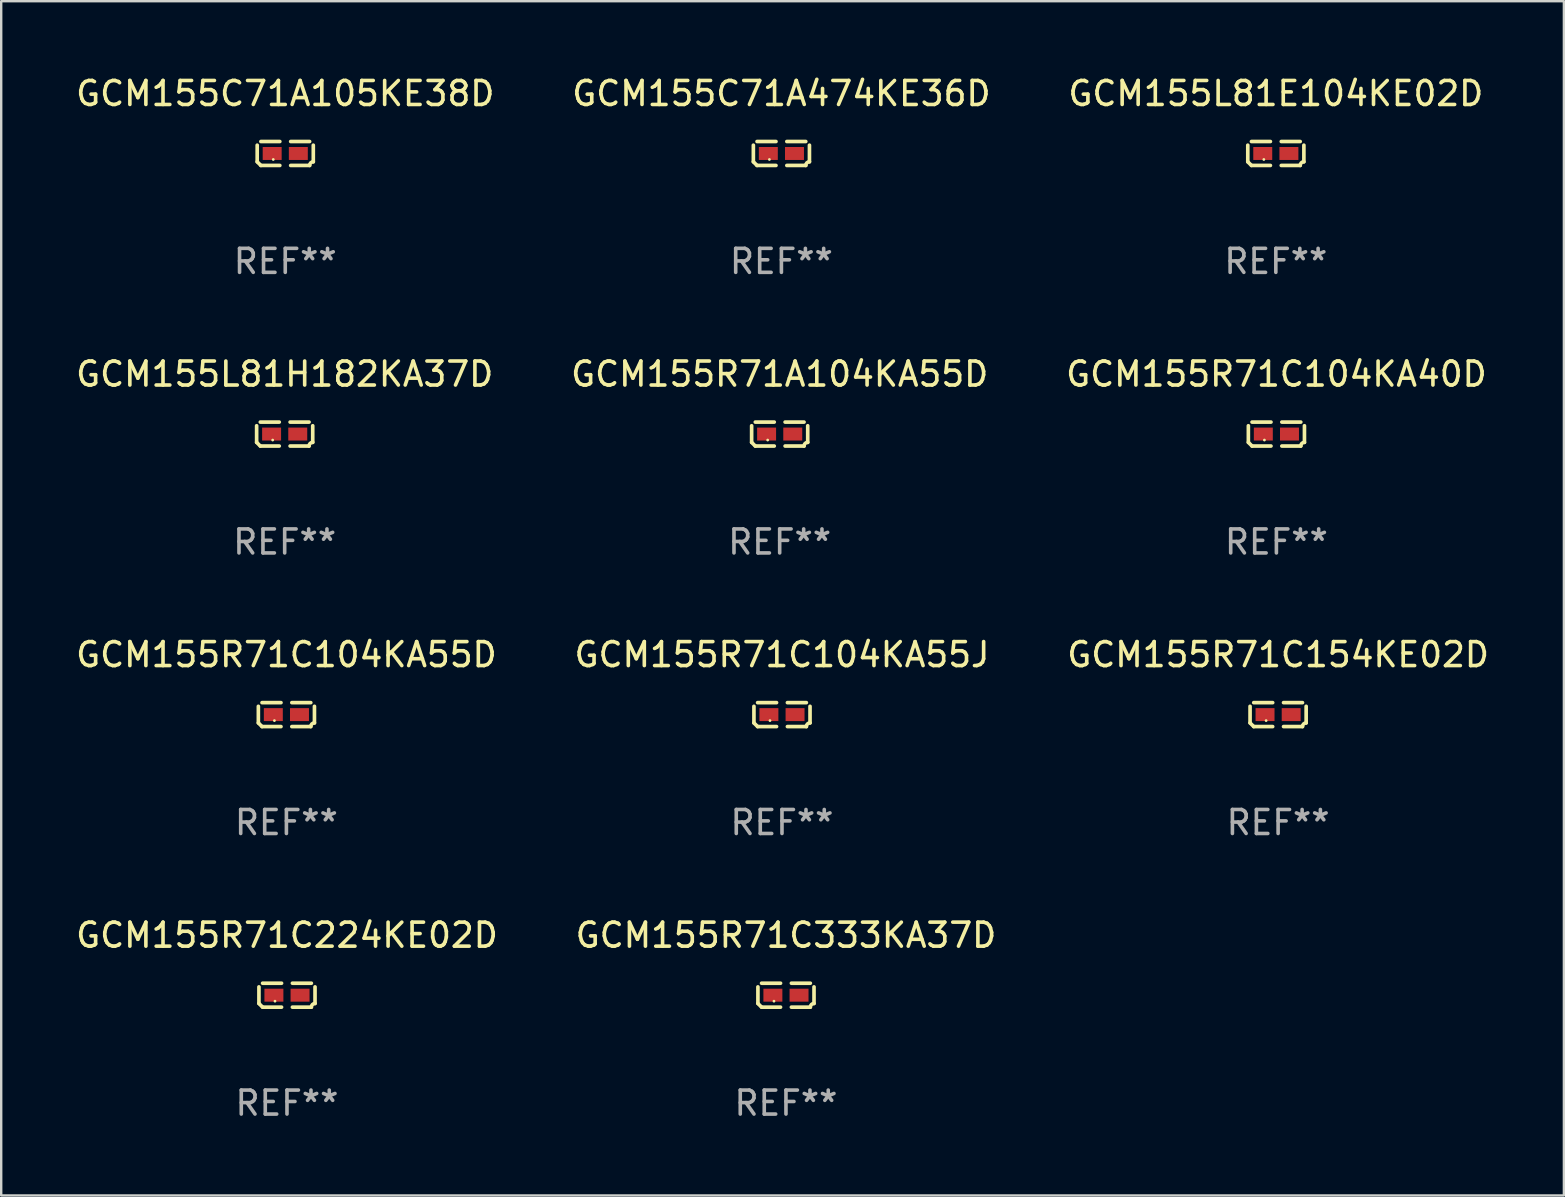
<source format=kicad_pcb>
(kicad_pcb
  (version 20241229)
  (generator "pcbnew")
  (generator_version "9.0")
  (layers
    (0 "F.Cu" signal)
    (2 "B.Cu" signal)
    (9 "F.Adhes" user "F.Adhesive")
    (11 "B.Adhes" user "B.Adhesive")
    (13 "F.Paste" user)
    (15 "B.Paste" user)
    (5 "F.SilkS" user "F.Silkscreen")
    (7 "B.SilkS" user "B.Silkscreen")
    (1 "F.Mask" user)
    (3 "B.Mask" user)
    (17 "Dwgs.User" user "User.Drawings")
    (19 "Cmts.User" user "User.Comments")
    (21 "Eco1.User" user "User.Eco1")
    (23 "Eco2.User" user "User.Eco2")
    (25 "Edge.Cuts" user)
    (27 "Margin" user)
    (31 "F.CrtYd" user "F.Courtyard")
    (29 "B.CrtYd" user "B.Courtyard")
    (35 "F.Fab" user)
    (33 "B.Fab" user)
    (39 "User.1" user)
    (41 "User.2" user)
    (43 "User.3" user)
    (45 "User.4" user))
  (footprint "GCM155R71C224KE02D"
    (layer "F.Cu")
    (at 8.911 38.428)
    (property "Reference" "GCM155R71C224KE02D" (at 0 -2.499 0) (layer "F.SilkS") (effects (font (size 1 1) (thickness 0.15))))
    (attr through_hole)
    (fp_line (start -1.169 0.346) (end -1.169 -0.346) (stroke (width 0.152) (type solid)) (layer "F.SilkS"))
    (fp_line (start -1.016 -0.499) (end -0.226 -0.499) (stroke (width 0.152) (type solid)) (layer "F.SilkS"))
    (fp_line (start -0.226 0.499) (end -1.016 0.499) (stroke (width 0.152) (type solid)) (layer "F.SilkS"))
    (fp_line (start 0.226 0.499) (end 1.016 0.499) (stroke (width 0.152) (type solid)) (layer "F.SilkS"))
    (fp_line (start 1.016 -0.499) (end 0.226 -0.499) (stroke (width 0.152) (type solid)) (layer "F.SilkS"))
    (fp_line (start 1.169 0.346) (end 1.169 -0.346) (stroke (width 0.152) (type solid)) (layer "F.SilkS"))
    (fp_arc (start -1.016307 0.498603) (mid -1.092512 0.422405) (end -1.16871 0.3462) (stroke (width 0.1524) (type solid)) (layer "F.SilkS"))
    (fp_arc (start 1.016307 0.498603) (mid 1.060899 0.390758) (end 1.168707 0.346076) (stroke (width 0.1524) (type solid)) (layer "F.SilkS"))
    (fp_circle (center -0.5 0.25) (end -0.47 0.25) (stroke (width 0.06) (type solid)) (fill no) (layer "F.SilkS"))
    (fp_text user "REF**" (at 0 4.499 0) (layer "F.Fab") (effects (font (size 1 1) (thickness 0.15))))
    (pad "1" smd rect (at -0.545 0) (size 0.79 0.54) (layers "F.Cu" "F.Mask" "F.Paste"))
    (pad "2" smd rect (at 0.545 0) (size 0.79 0.54) (layers "F.Cu" "F.Mask" "F.Paste")))
  (footprint "GCM155R71C154KE02D"
    (layer "F.Cu")
    (at 50.22 26.734)
    (property "Reference" "GCM155R71C154KE02D" (at 0 -2.499 0) (layer "F.SilkS") (effects (font (size 1 1) (thickness 0.15))))
    (attr through_hole)
    (fp_line (start -1.169 0.346) (end -1.169 -0.346) (stroke (width 0.152) (type solid)) (layer "F.SilkS"))
    (fp_line (start -1.016 -0.499) (end -0.226 -0.499) (stroke (width 0.152) (type solid)) (layer "F.SilkS"))
    (fp_line (start -0.226 0.499) (end -1.016 0.499) (stroke (width 0.152) (type solid)) (layer "F.SilkS"))
    (fp_line (start 0.226 0.499) (end 1.016 0.499) (stroke (width 0.152) (type solid)) (layer "F.SilkS"))
    (fp_line (start 1.016 -0.499) (end 0.226 -0.499) (stroke (width 0.152) (type solid)) (layer "F.SilkS"))
    (fp_line (start 1.169 0.346) (end 1.169 -0.346) (stroke (width 0.152) (type solid)) (layer "F.SilkS"))
    (fp_arc (start -1.016307 0.498603) (mid -1.092512 0.422405) (end -1.16871 0.3462) (stroke (width 0.1524) (type solid)) (layer "F.SilkS"))
    (fp_arc (start 1.016307 0.498603) (mid 1.060899 0.390758) (end 1.168707 0.346076) (stroke (width 0.1524) (type solid)) (layer "F.SilkS"))
    (fp_circle (center -0.5 0.25) (end -0.47 0.25) (stroke (width 0.06) (type solid)) (fill no) (layer "F.SilkS"))
    (fp_text user "REF**" (at 0 4.499 0) (layer "F.Fab") (effects (font (size 1 1) (thickness 0.15))))
    (pad "1" smd rect (at -0.545 0) (size 0.79 0.54) (layers "F.Cu" "F.Mask" "F.Paste"))
    (pad "2" smd rect (at 0.545 0) (size 0.79 0.54) (layers "F.Cu" "F.Mask" "F.Paste")))
  (footprint "GCM155C71A105KE38D"
    (layer "F.Cu")
    (at 8.839 3.347)
    (property "Reference" "GCM155C71A105KE38D" (at 0 -2.499 0) (layer "F.SilkS") (effects (font (size 1 1) (thickness 0.15))))
    (attr through_hole)
    (fp_line (start -1.169 0.346) (end -1.169 -0.346) (stroke (width 0.152) (type solid)) (layer "F.SilkS"))
    (fp_line (start -1.016 -0.499) (end -0.226 -0.499) (stroke (width 0.152) (type solid)) (layer "F.SilkS"))
    (fp_line (start -0.226 0.499) (end -1.016 0.499) (stroke (width 0.152) (type solid)) (layer "F.SilkS"))
    (fp_line (start 0.226 0.499) (end 1.016 0.499) (stroke (width 0.152) (type solid)) (layer "F.SilkS"))
    (fp_line (start 1.016 -0.499) (end 0.226 -0.499) (stroke (width 0.152) (type solid)) (layer "F.SilkS"))
    (fp_line (start 1.169 0.346) (end 1.169 -0.346) (stroke (width 0.152) (type solid)) (layer "F.SilkS"))
    (fp_arc (start -1.016307 0.498603) (mid -1.092512 0.422405) (end -1.16871 0.3462) (stroke (width 0.1524) (type solid)) (layer "F.SilkS"))
    (fp_arc (start 1.016307 0.498603) (mid 1.060899 0.390758) (end 1.168707 0.346076) (stroke (width 0.1524) (type solid)) (layer "F.SilkS"))
    (fp_circle (center -0.5 0.25) (end -0.47 0.25) (stroke (width 0.06) (type solid)) (fill no) (layer "F.SilkS"))
    (fp_text user "REF**" (at 0 4.499 0) (layer "F.Fab") (effects (font (size 1 1) (thickness 0.15))))
    (pad "1" smd rect (at -0.545 0) (size 0.79 0.54) (layers "F.Cu" "F.Mask" "F.Paste"))
    (pad "2" smd rect (at 0.545 0) (size 0.79 0.54) (layers "F.Cu" "F.Mask" "F.Paste")))
  (footprint "GCM155R71C104KA55J"
    (layer "F.Cu")
    (at 29.542 26.734)
    (property "Reference" "GCM155R71C104KA55J" (at 0 -2.499 0) (layer "F.SilkS") (effects (font (size 1 1) (thickness 0.15))))
    (attr through_hole)
    (fp_line (start -1.169 0.346) (end -1.169 -0.346) (stroke (width 0.152) (type solid)) (layer "F.SilkS"))
    (fp_line (start -1.016 -0.499) (end -0.226 -0.499) (stroke (width 0.152) (type solid)) (layer "F.SilkS"))
    (fp_line (start -0.226 0.499) (end -1.016 0.499) (stroke (width 0.152) (type solid)) (layer "F.SilkS"))
    (fp_line (start 0.226 0.499) (end 1.016 0.499) (stroke (width 0.152) (type solid)) (layer "F.SilkS"))
    (fp_line (start 1.016 -0.499) (end 0.226 -0.499) (stroke (width 0.152) (type solid)) (layer "F.SilkS"))
    (fp_line (start 1.169 0.346) (end 1.169 -0.346) (stroke (width 0.152) (type solid)) (layer "F.SilkS"))
    (fp_arc (start -1.016307 0.498603) (mid -1.092512 0.422405) (end -1.16871 0.3462) (stroke (width 0.1524) (type solid)) (layer "F.SilkS"))
    (fp_arc (start 1.016307 0.498603) (mid 1.060899 0.390758) (end 1.168707 0.346076) (stroke (width 0.1524) (type solid)) (layer "F.SilkS"))
    (fp_circle (center -0.5 0.25) (end -0.47 0.25) (stroke (width 0.06) (type solid)) (fill no) (layer "F.SilkS"))
    (fp_text user "REF**" (at 0 4.499 0) (layer "F.Fab") (effects (font (size 1 1) (thickness 0.15))))
    (pad "1" smd rect (at -0.545 0) (size 0.79 0.54) (layers "F.Cu" "F.Mask" "F.Paste"))
    (pad "2" smd rect (at 0.545 0) (size 0.79 0.54) (layers "F.Cu" "F.Mask" "F.Paste")))
  (footprint "GCM155R71A104KA55D"
    (layer "F.Cu")
    (at 29.446 15.041)
    (property "Reference" "GCM155R71A104KA55D" (at 0 -2.499 0) (layer "F.SilkS") (effects (font (size 1 1) (thickness 0.15))))
    (attr through_hole)
    (fp_line (start -1.169 0.346) (end -1.169 -0.346) (stroke (width 0.152) (type solid)) (layer "F.SilkS"))
    (fp_line (start -1.016 -0.499) (end -0.226 -0.499) (stroke (width 0.152) (type solid)) (layer "F.SilkS"))
    (fp_line (start -0.226 0.499) (end -1.016 0.499) (stroke (width 0.152) (type solid)) (layer "F.SilkS"))
    (fp_line (start 0.226 0.499) (end 1.016 0.499) (stroke (width 0.152) (type solid)) (layer "F.SilkS"))
    (fp_line (start 1.016 -0.499) (end 0.226 -0.499) (stroke (width 0.152) (type solid)) (layer "F.SilkS"))
    (fp_line (start 1.169 0.346) (end 1.169 -0.346) (stroke (width 0.152) (type solid)) (layer "F.SilkS"))
    (fp_arc (start -1.016307 0.498603) (mid -1.092512 0.422405) (end -1.16871 0.3462) (stroke (width 0.1524) (type solid)) (layer "F.SilkS"))
    (fp_arc (start 1.016307 0.498603) (mid 1.060899 0.390758) (end 1.168707 0.346076) (stroke (width 0.1524) (type solid)) (layer "F.SilkS"))
    (fp_circle (center -0.5 0.25) (end -0.47 0.25) (stroke (width 0.06) (type solid)) (fill no) (layer "F.SilkS"))
    (fp_text user "REF**" (at 0 4.499 0) (layer "F.Fab") (effects (font (size 1 1) (thickness 0.15))))
    (pad "1" smd rect (at -0.545 0) (size 0.79 0.54) (layers "F.Cu" "F.Mask" "F.Paste"))
    (pad "2" smd rect (at 0.545 0) (size 0.79 0.54) (layers "F.Cu" "F.Mask" "F.Paste")))
  (footprint "GCM155R71C104KA40D"
    (layer "F.Cu")
    (at 50.149 15.041)
    (property "Reference" "GCM155R71C104KA40D" (at 0 -2.499 0) (layer "F.SilkS") (effects (font (size 1 1) (thickness 0.15))))
    (attr through_hole)
    (fp_line (start -1.169 0.346) (end -1.169 -0.346) (stroke (width 0.152) (type solid)) (layer "F.SilkS"))
    (fp_line (start -1.016 -0.499) (end -0.226 -0.499) (stroke (width 0.152) (type solid)) (layer "F.SilkS"))
    (fp_line (start -0.226 0.499) (end -1.016 0.499) (stroke (width 0.152) (type solid)) (layer "F.SilkS"))
    (fp_line (start 0.226 0.499) (end 1.016 0.499) (stroke (width 0.152) (type solid)) (layer "F.SilkS"))
    (fp_line (start 1.016 -0.499) (end 0.226 -0.499) (stroke (width 0.152) (type solid)) (layer "F.SilkS"))
    (fp_line (start 1.169 0.346) (end 1.169 -0.346) (stroke (width 0.152) (type solid)) (layer "F.SilkS"))
    (fp_arc (start -1.016307 0.498603) (mid -1.092512 0.422405) (end -1.16871 0.3462) (stroke (width 0.1524) (type solid)) (layer "F.SilkS"))
    (fp_arc (start 1.016307 0.498603) (mid 1.060899 0.390758) (end 1.168707 0.346076) (stroke (width 0.1524) (type solid)) (layer "F.SilkS"))
    (fp_circle (center -0.5 0.25) (end -0.47 0.25) (stroke (width 0.06) (type solid)) (fill no) (layer "F.SilkS"))
    (fp_text user "REF**" (at 0 4.499 0) (layer "F.Fab") (effects (font (size 1 1) (thickness 0.15))))
    (pad "1" smd rect (at -0.545 0) (size 0.79 0.54) (layers "F.Cu" "F.Mask" "F.Paste"))
    (pad "2" smd rect (at 0.545 0) (size 0.79 0.54) (layers "F.Cu" "F.Mask" "F.Paste")))
  (footprint "GCM155L81E104KE02D"
    (layer "F.Cu")
    (at 50.125 3.347)
    (property "Reference" "GCM155L81E104KE02D" (at 0 -2.499 0) (layer "F.SilkS") (effects (font (size 1 1) (thickness 0.15))))
    (attr through_hole)
    (fp_line (start -1.169 0.346) (end -1.169 -0.346) (stroke (width 0.152) (type solid)) (layer "F.SilkS"))
    (fp_line (start -1.016 -0.499) (end -0.226 -0.499) (stroke (width 0.152) (type solid)) (layer "F.SilkS"))
    (fp_line (start -0.226 0.499) (end -1.016 0.499) (stroke (width 0.152) (type solid)) (layer "F.SilkS"))
    (fp_line (start 0.226 0.499) (end 1.016 0.499) (stroke (width 0.152) (type solid)) (layer "F.SilkS"))
    (fp_line (start 1.016 -0.499) (end 0.226 -0.499) (stroke (width 0.152) (type solid)) (layer "F.SilkS"))
    (fp_line (start 1.169 0.346) (end 1.169 -0.346) (stroke (width 0.152) (type solid)) (layer "F.SilkS"))
    (fp_arc (start -1.016307 0.498603) (mid -1.092512 0.422405) (end -1.16871 0.3462) (stroke (width 0.1524) (type solid)) (layer "F.SilkS"))
    (fp_arc (start 1.016307 0.498603) (mid 1.060899 0.390758) (end 1.168707 0.346076) (stroke (width 0.1524) (type solid)) (layer "F.SilkS"))
    (fp_circle (center -0.5 0.25) (end -0.47 0.25) (stroke (width 0.06) (type solid)) (fill no) (layer "F.SilkS"))
    (fp_text user "REF**" (at 0 4.499 0) (layer "F.Fab") (effects (font (size 1 1) (thickness 0.15))))
    (pad "1" smd rect (at -0.545 0) (size 0.79 0.54) (layers "F.Cu" "F.Mask" "F.Paste"))
    (pad "2" smd rect (at 0.545 0) (size 0.79 0.54) (layers "F.Cu" "F.Mask" "F.Paste")))
  (footprint "GCM155C71A474KE36D"
    (layer "F.Cu")
    (at 29.518 3.347)
    (property "Reference" "GCM155C71A474KE36D" (at 0 -2.499 0) (layer "F.SilkS") (effects (font (size 1 1) (thickness 0.15))))
    (attr through_hole)
    (fp_line (start -1.169 0.346) (end -1.169 -0.346) (stroke (width 0.152) (type solid)) (layer "F.SilkS"))
    (fp_line (start -1.016 -0.499) (end -0.226 -0.499) (stroke (width 0.152) (type solid)) (layer "F.SilkS"))
    (fp_line (start -0.226 0.499) (end -1.016 0.499) (stroke (width 0.152) (type solid)) (layer "F.SilkS"))
    (fp_line (start 0.226 0.499) (end 1.016 0.499) (stroke (width 0.152) (type solid)) (layer "F.SilkS"))
    (fp_line (start 1.016 -0.499) (end 0.226 -0.499) (stroke (width 0.152) (type solid)) (layer "F.SilkS"))
    (fp_line (start 1.169 0.346) (end 1.169 -0.346) (stroke (width 0.152) (type solid)) (layer "F.SilkS"))
    (fp_arc (start -1.016307 0.498603) (mid -1.092512 0.422405) (end -1.16871 0.3462) (stroke (width 0.1524) (type solid)) (layer "F.SilkS"))
    (fp_arc (start 1.016307 0.498603) (mid 1.060899 0.390758) (end 1.168707 0.346076) (stroke (width 0.1524) (type solid)) (layer "F.SilkS"))
    (fp_circle (center -0.5 0.25) (end -0.47 0.25) (stroke (width 0.06) (type solid)) (fill no) (layer "F.SilkS"))
    (fp_text user "REF**" (at 0 4.499 0) (layer "F.Fab") (effects (font (size 1 1) (thickness 0.15))))
    (pad "1" smd rect (at -0.545 0) (size 0.79 0.54) (layers "F.Cu" "F.Mask" "F.Paste"))
    (pad "2" smd rect (at 0.545 0) (size 0.79 0.54) (layers "F.Cu" "F.Mask" "F.Paste")))
  (footprint "GCM155L81H182KA37D"
    (layer "F.Cu")
    (at 8.815 15.041)
    (property "Reference" "GCM155L81H182KA37D" (at 0 -2.499 0) (layer "F.SilkS") (effects (font (size 1 1) (thickness 0.15))))
    (attr through_hole)
    (fp_line (start -1.169 0.346) (end -1.169 -0.346) (stroke (width 0.152) (type solid)) (layer "F.SilkS"))
    (fp_line (start -1.016 -0.499) (end -0.226 -0.499) (stroke (width 0.152) (type solid)) (layer "F.SilkS"))
    (fp_line (start -0.226 0.499) (end -1.016 0.499) (stroke (width 0.152) (type solid)) (layer "F.SilkS"))
    (fp_line (start 0.226 0.499) (end 1.016 0.499) (stroke (width 0.152) (type solid)) (layer "F.SilkS"))
    (fp_line (start 1.016 -0.499) (end 0.226 -0.499) (stroke (width 0.152) (type solid)) (layer "F.SilkS"))
    (fp_line (start 1.169 0.346) (end 1.169 -0.346) (stroke (width 0.152) (type solid)) (layer "F.SilkS"))
    (fp_arc (start -1.016307 0.498603) (mid -1.092512 0.422405) (end -1.16871 0.3462) (stroke (width 0.1524) (type solid)) (layer "F.SilkS"))
    (fp_arc (start 1.016307 0.498603) (mid 1.060899 0.390758) (end 1.168707 0.346076) (stroke (width 0.1524) (type solid)) (layer "F.SilkS"))
    (fp_circle (center -0.5 0.25) (end -0.47 0.25) (stroke (width 0.06) (type solid)) (fill no) (layer "F.SilkS"))
    (fp_text user "REF**" (at 0 4.499 0) (layer "F.Fab") (effects (font (size 1 1) (thickness 0.15))))
    (pad "1" smd rect (at -0.545 0) (size 0.79 0.54) (layers "F.Cu" "F.Mask" "F.Paste"))
    (pad "2" smd rect (at 0.545 0) (size 0.79 0.54) (layers "F.Cu" "F.Mask" "F.Paste")))
  (footprint "GCM155R71C333KA37D"
    (layer "F.Cu")
    (at 29.708 38.428)
    (property "Reference" "GCM155R71C333KA37D" (at 0 -2.499 0) (layer "F.SilkS") (effects (font (size 1 1) (thickness 0.15))))
    (attr through_hole)
    (fp_line (start -1.169 0.346) (end -1.169 -0.346) (stroke (width 0.152) (type solid)) (layer "F.SilkS"))
    (fp_line (start -1.016 -0.499) (end -0.226 -0.499) (stroke (width 0.152) (type solid)) (layer "F.SilkS"))
    (fp_line (start -0.226 0.499) (end -1.016 0.499) (stroke (width 0.152) (type solid)) (layer "F.SilkS"))
    (fp_line (start 0.226 0.499) (end 1.016 0.499) (stroke (width 0.152) (type solid)) (layer "F.SilkS"))
    (fp_line (start 1.016 -0.499) (end 0.226 -0.499) (stroke (width 0.152) (type solid)) (layer "F.SilkS"))
    (fp_line (start 1.169 0.346) (end 1.169 -0.346) (stroke (width 0.152) (type solid)) (layer "F.SilkS"))
    (fp_arc (start -1.016307 0.498603) (mid -1.092512 0.422405) (end -1.16871 0.3462) (stroke (width 0.1524) (type solid)) (layer "F.SilkS"))
    (fp_arc (start 1.016307 0.498603) (mid 1.060899 0.390758) (end 1.168707 0.346076) (stroke (width 0.1524) (type solid)) (layer "F.SilkS"))
    (fp_circle (center -0.5 0.25) (end -0.47 0.25) (stroke (width 0.06) (type solid)) (fill no) (layer "F.SilkS"))
    (fp_text user "REF**" (at 0 4.499 0) (layer "F.Fab") (effects (font (size 1 1) (thickness 0.15))))
    (pad "1" smd rect (at -0.545 0) (size 0.79 0.54) (layers "F.Cu" "F.Mask" "F.Paste"))
    (pad "2" smd rect (at 0.545 0) (size 0.79 0.54) (layers "F.Cu" "F.Mask" "F.Paste")))
  (footprint "GCM155R71C104KA55D"
    (layer "F.Cu")
    (at 8.887 26.734)
    (property "Reference" "GCM155R71C104KA55D" (at 0 -2.499 0) (layer "F.SilkS") (effects (font (size 1 1) (thickness 0.15))))
    (attr through_hole)
    (fp_line (start -1.169 0.346) (end -1.169 -0.346) (stroke (width 0.152) (type solid)) (layer "F.SilkS"))
    (fp_line (start -1.016 -0.499) (end -0.226 -0.499) (stroke (width 0.152) (type solid)) (layer "F.SilkS"))
    (fp_line (start -0.226 0.499) (end -1.016 0.499) (stroke (width 0.152) (type solid)) (layer "F.SilkS"))
    (fp_line (start 0.226 0.499) (end 1.016 0.499) (stroke (width 0.152) (type solid)) (layer "F.SilkS"))
    (fp_line (start 1.016 -0.499) (end 0.226 -0.499) (stroke (width 0.152) (type solid)) (layer "F.SilkS"))
    (fp_line (start 1.169 0.346) (end 1.169 -0.346) (stroke (width 0.152) (type solid)) (layer "F.SilkS"))
    (fp_arc (start -1.016307 0.498603) (mid -1.092512 0.422405) (end -1.16871 0.3462) (stroke (width 0.1524) (type solid)) (layer "F.SilkS"))
    (fp_arc (start 1.016307 0.498603) (mid 1.060899 0.390758) (end 1.168707 0.346076) (stroke (width 0.1524) (type solid)) (layer "F.SilkS"))
    (fp_circle (center -0.5 0.25) (end -0.47 0.25) (stroke (width 0.06) (type solid)) (fill no) (layer "F.SilkS"))
    (fp_text user "REF**" (at 0 4.499 0) (layer "F.Fab") (effects (font (size 1 1) (thickness 0.15))))
    (pad "1" smd rect (at -0.545 0) (size 0.79 0.54) (layers "F.Cu" "F.Mask" "F.Paste"))
    (pad "2" smd rect (at 0.545 0) (size 0.79 0.54) (layers "F.Cu" "F.Mask" "F.Paste")))
  (gr_rect
    (start -3 -3)
    (end 62.131 46.775)
    (stroke (width 0.1) (type default))
    (fill no)
    (layer "Edge.Cuts")))
</source>
